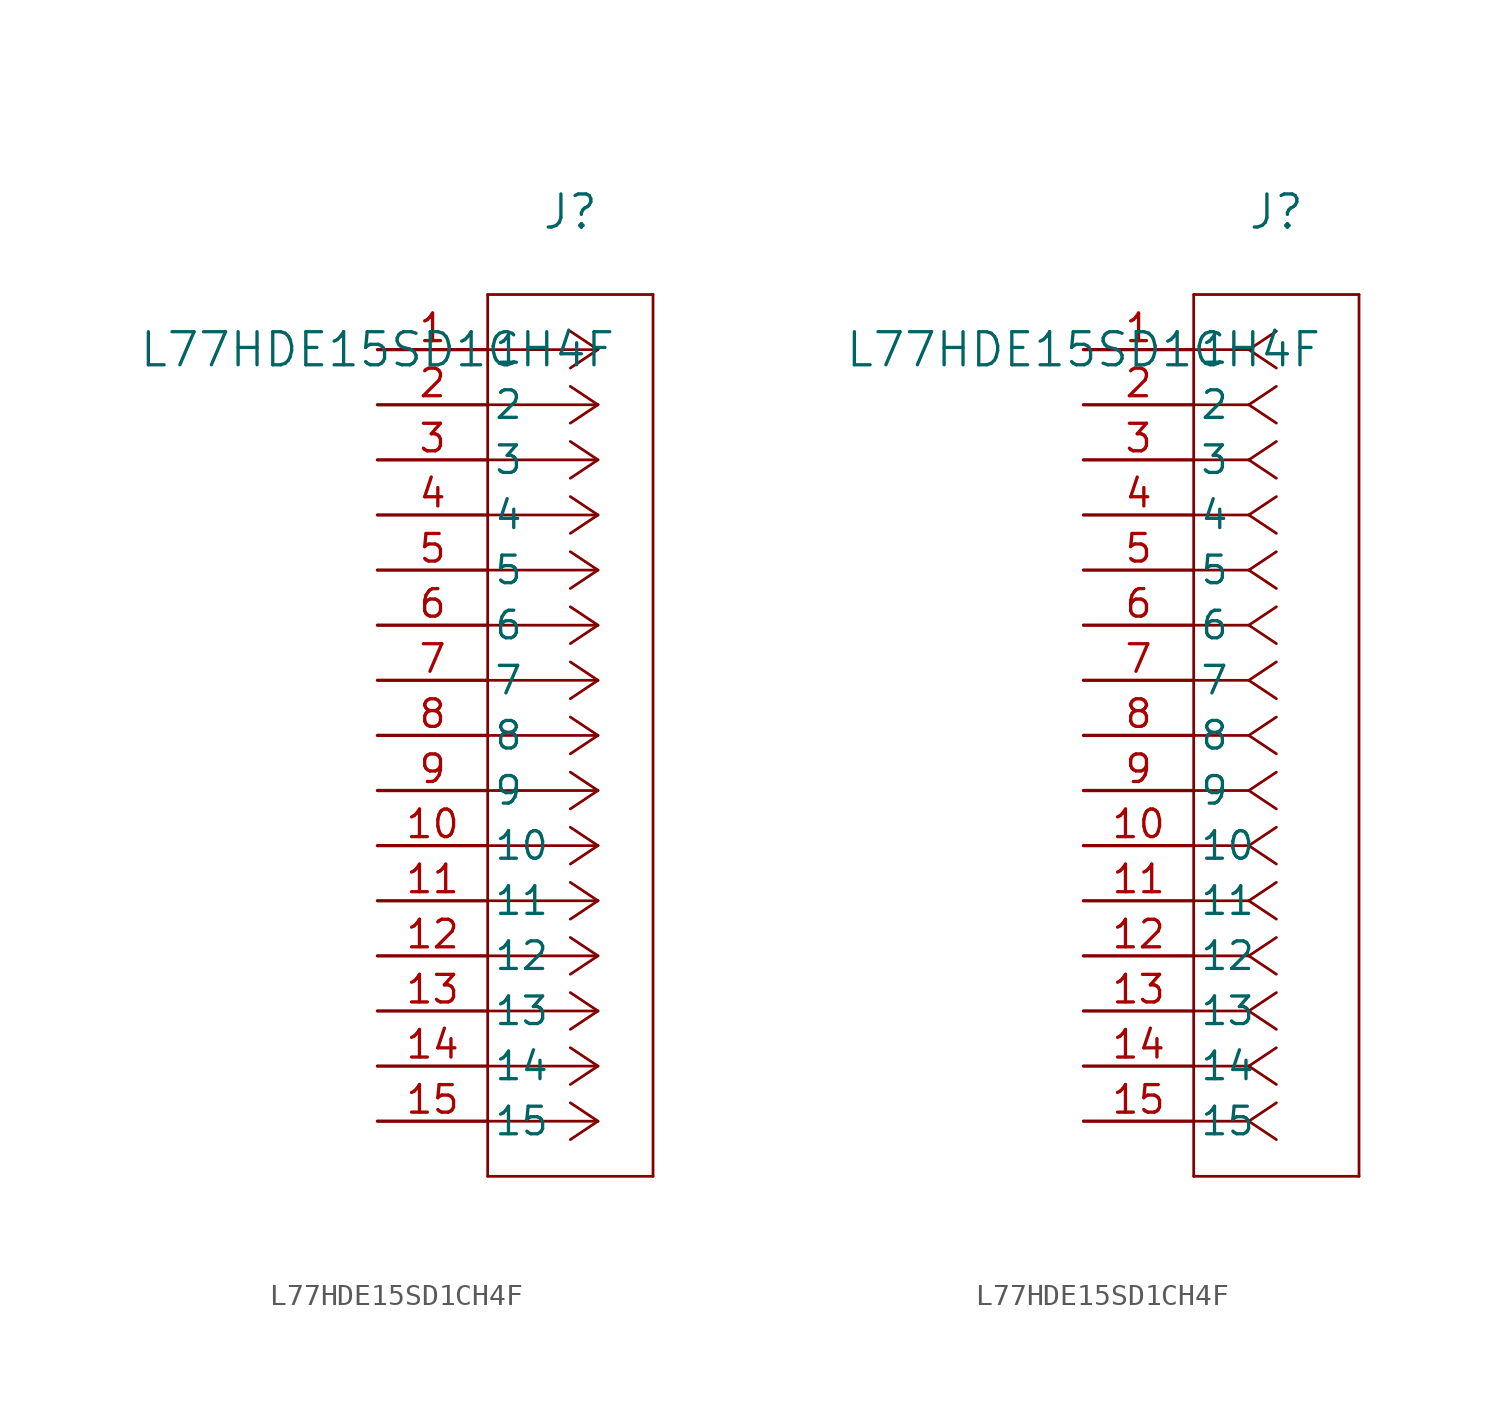
<source format=kicad_sym>
(kicad_symbol_lib
  (version 20211014)
  (generator kicad_symbol_editor)
  (symbol "L77HDE15SD1CH4F"
    (pin_names
      (offset 0.254))
    (property "Reference" "J"
      (at 8.89 6.35 0)
      (effects (font (size 1.524 1.524))))
    (property "Value" "L77HDE15SD1CH4F"
      (at 0 0 0)
      (effects (font (size 1.524 1.524))))
    (symbol "L77HDE15SD1CH4F_1_1"
      (polyline (pts (xy 10.16 0) (xy 5.08 0)) (stroke (width 0.127) (type default) (color 0 0 0 0)) (fill (type none)))
      (polyline (pts (xy 10.16 -2.54) (xy 5.08 -2.54)) (stroke (width 0.127) (type default) (color 0 0 0 0)) (fill (type none)))
      (polyline (pts (xy 10.16 -5.08) (xy 5.08 -5.08)) (stroke (width 0.127) (type default) (color 0 0 0 0)) (fill (type none)))
      (polyline (pts (xy 10.16 -7.62) (xy 5.08 -7.62)) (stroke (width 0.127) (type default) (color 0 0 0 0)) (fill (type none)))
      (polyline (pts (xy 10.16 -10.16) (xy 5.08 -10.16)) (stroke (width 0.127) (type default) (color 0 0 0 0)) (fill (type none)))
      (polyline (pts (xy 10.16 -12.7) (xy 5.08 -12.7)) (stroke (width 0.127) (type default) (color 0 0 0 0)) (fill (type none)))
      (polyline (pts (xy 10.16 -15.24) (xy 5.08 -15.24)) (stroke (width 0.127) (type default) (color 0 0 0 0)) (fill (type none)))
      (polyline (pts (xy 10.16 -17.78) (xy 5.08 -17.78)) (stroke (width 0.127) (type default) (color 0 0 0 0)) (fill (type none)))
      (polyline (pts (xy 10.16 -20.32) (xy 5.08 -20.32)) (stroke (width 0.127) (type default) (color 0 0 0 0)) (fill (type none)))
      (polyline (pts (xy 10.16 -22.86) (xy 5.08 -22.86)) (stroke (width 0.127) (type default) (color 0 0 0 0)) (fill (type none)))
      (polyline (pts (xy 10.16 -25.4) (xy 5.08 -25.4)) (stroke (width 0.127) (type default) (color 0 0 0 0)) (fill (type none)))
      (polyline (pts (xy 10.16 -27.94) (xy 5.08 -27.94)) (stroke (width 0.127) (type default) (color 0 0 0 0)) (fill (type none)))
      (polyline (pts (xy 10.16 -30.48) (xy 5.08 -30.48)) (stroke (width 0.127) (type default) (color 0 0 0 0)) (fill (type none)))
      (polyline (pts (xy 10.16 -33.02) (xy 5.08 -33.02)) (stroke (width 0.127) (type default) (color 0 0 0 0)) (fill (type none)))
      (polyline (pts (xy 10.16 -35.56) (xy 5.08 -35.56)) (stroke (width 0.127) (type default) (color 0 0 0 0)) (fill (type none)))
      (polyline (pts (xy 10.16 0) (xy 8.89 0.847)) (stroke (width 0.127) (type default) (color 0 0 0 0)) (fill (type none)))
      (polyline (pts (xy 10.16 -2.54) (xy 8.89 -1.693)) (stroke (width 0.127) (type default) (color 0 0 0 0)) (fill (type none)))
      (polyline (pts (xy 10.16 -5.08) (xy 8.89 -4.233)) (stroke (width 0.127) (type default) (color 0 0 0 0)) (fill (type none)))
      (polyline (pts (xy 10.16 -7.62) (xy 8.89 -6.773)) (stroke (width 0.127) (type default) (color 0 0 0 0)) (fill (type none)))
      (polyline (pts (xy 10.16 -10.16) (xy 8.89 -9.313)) (stroke (width 0.127) (type default) (color 0 0 0 0)) (fill (type none)))
      (polyline (pts (xy 10.16 -12.7) (xy 8.89 -11.853)) (stroke (width 0.127) (type default) (color 0 0 0 0)) (fill (type none)))
      (polyline (pts (xy 10.16 -15.24) (xy 8.89 -14.393)) (stroke (width 0.127) (type default) (color 0 0 0 0)) (fill (type none)))
      (polyline (pts (xy 10.16 -17.78) (xy 8.89 -16.933)) (stroke (width 0.127) (type default) (color 0 0 0 0)) (fill (type none)))
      (polyline (pts (xy 10.16 -20.32) (xy 8.89 -19.473)) (stroke (width 0.127) (type default) (color 0 0 0 0)) (fill (type none)))
      (polyline (pts (xy 10.16 -22.86) (xy 8.89 -22.013)) (stroke (width 0.127) (type default) (color 0 0 0 0)) (fill (type none)))
      (polyline (pts (xy 10.16 -25.4) (xy 8.89 -24.553)) (stroke (width 0.127) (type default) (color 0 0 0 0)) (fill (type none)))
      (polyline (pts (xy 10.16 -27.94) (xy 8.89 -27.093)) (stroke (width 0.127) (type default) (color 0 0 0 0)) (fill (type none)))
      (polyline (pts (xy 10.16 -30.48) (xy 8.89 -29.633)) (stroke (width 0.127) (type default) (color 0 0 0 0)) (fill (type none)))
      (polyline (pts (xy 10.16 -33.02) (xy 8.89 -32.173)) (stroke (width 0.127) (type default) (color 0 0 0 0)) (fill (type none)))
      (polyline (pts (xy 10.16 -35.56) (xy 8.89 -34.713)) (stroke (width 0.127) (type default) (color 0 0 0 0)) (fill (type none)))
      (polyline (pts (xy 10.16 0) (xy 8.89 -0.847)) (stroke (width 0.127) (type default) (color 0 0 0 0)) (fill (type none)))
      (polyline (pts (xy 10.16 -2.54) (xy 8.89 -3.387)) (stroke (width 0.127) (type default) (color 0 0 0 0)) (fill (type none)))
      (polyline (pts (xy 10.16 -5.08) (xy 8.89 -5.927)) (stroke (width 0.127) (type default) (color 0 0 0 0)) (fill (type none)))
      (polyline (pts (xy 10.16 -7.62) (xy 8.89 -8.467)) (stroke (width 0.127) (type default) (color 0 0 0 0)) (fill (type none)))
      (polyline (pts (xy 10.16 -10.16) (xy 8.89 -11.007)) (stroke (width 0.127) (type default) (color 0 0 0 0)) (fill (type none)))
      (polyline (pts (xy 10.16 -12.7) (xy 8.89 -13.547)) (stroke (width 0.127) (type default) (color 0 0 0 0)) (fill (type none)))
      (polyline (pts (xy 10.16 -15.24) (xy 8.89 -16.087)) (stroke (width 0.127) (type default) (color 0 0 0 0)) (fill (type none)))
      (polyline (pts (xy 10.16 -17.78) (xy 8.89 -18.627)) (stroke (width 0.127) (type default) (color 0 0 0 0)) (fill (type none)))
      (polyline (pts (xy 10.16 -20.32) (xy 8.89 -21.167)) (stroke (width 0.127) (type default) (color 0 0 0 0)) (fill (type none)))
      (polyline (pts (xy 10.16 -22.86) (xy 8.89 -23.707)) (stroke (width 0.127) (type default) (color 0 0 0 0)) (fill (type none)))
      (polyline (pts (xy 10.16 -25.4) (xy 8.89 -26.247)) (stroke (width 0.127) (type default) (color 0 0 0 0)) (fill (type none)))
      (polyline (pts (xy 10.16 -27.94) (xy 8.89 -28.787)) (stroke (width 0.127) (type default) (color 0 0 0 0)) (fill (type none)))
      (polyline (pts (xy 10.16 -30.48) (xy 8.89 -31.327)) (stroke (width 0.127) (type default) (color 0 0 0 0)) (fill (type none)))
      (polyline (pts (xy 10.16 -33.02) (xy 8.89 -33.867)) (stroke (width 0.127) (type default) (color 0 0 0 0)) (fill (type none)))
      (polyline (pts (xy 10.16 -35.56) (xy 8.89 -36.407)) (stroke (width 0.127) (type default) (color 0 0 0 0)) (fill (type none)))
      (polyline (pts (xy 5.08 2.54) (xy 5.08 -38.1)) (stroke (width 0.127) (type default) (color 0 0 0 0)) (fill (type none)))
      (polyline (pts (xy 5.08 -38.1) (xy 12.7 -38.1)) (stroke (width 0.127) (type default) (color 0 0 0 0)) (fill (type none)))
      (polyline (pts (xy 12.7 -38.1) (xy 12.7 2.54)) (stroke (width 0.127) (type default) (color 0 0 0 0)) (fill (type none)))
      (polyline (pts (xy 12.7 2.54) (xy 5.08 2.54)) (stroke (width 0.127) (type default) (color 0 0 0 0)) (fill (type none)))
      (pin unspecified line (at 0 0 0) (length 5.08) (name "1" (effects (font (size 1.27 1.27)))) (number "1" (effects (font (size 1.27 1.27)))))
      (pin unspecified line (at 0 -2.54 0) (length 5.08) (name "2" (effects (font (size 1.27 1.27)))) (number "2" (effects (font (size 1.27 1.27)))))
      (pin unspecified line (at 0 -5.08 0) (length 5.08) (name "3" (effects (font (size 1.27 1.27)))) (number "3" (effects (font (size 1.27 1.27)))))
      (pin unspecified line (at 0 -7.62 0) (length 5.08) (name "4" (effects (font (size 1.27 1.27)))) (number "4" (effects (font (size 1.27 1.27)))))
      (pin unspecified line (at 0 -10.16 0) (length 5.08) (name "5" (effects (font (size 1.27 1.27)))) (number "5" (effects (font (size 1.27 1.27)))))
      (pin unspecified line (at 0 -12.7 0) (length 5.08) (name "6" (effects (font (size 1.27 1.27)))) (number "6" (effects (font (size 1.27 1.27)))))
      (pin unspecified line (at 0 -15.24 0) (length 5.08) (name "7" (effects (font (size 1.27 1.27)))) (number "7" (effects (font (size 1.27 1.27)))))
      (pin unspecified line (at 0 -17.78 0) (length 5.08) (name "8" (effects (font (size 1.27 1.27)))) (number "8" (effects (font (size 1.27 1.27)))))
      (pin unspecified line (at 0 -20.32 0) (length 5.08) (name "9" (effects (font (size 1.27 1.27)))) (number "9" (effects (font (size 1.27 1.27)))))
      (pin unspecified line (at 0 -22.86 0) (length 5.08) (name "10" (effects (font (size 1.27 1.27)))) (number "10" (effects (font (size 1.27 1.27)))))
      (pin unspecified line (at 0 -25.4 0) (length 5.08) (name "11" (effects (font (size 1.27 1.27)))) (number "11" (effects (font (size 1.27 1.27)))))
      (pin unspecified line (at 0 -27.94 0) (length 5.08) (name "12" (effects (font (size 1.27 1.27)))) (number "12" (effects (font (size 1.27 1.27)))))
      (pin unspecified line (at 0 -30.48 0) (length 5.08) (name "13" (effects (font (size 1.27 1.27)))) (number "13" (effects (font (size 1.27 1.27)))))
      (pin unspecified line (at 0 -33.02 0) (length 5.08) (name "14" (effects (font (size 1.27 1.27)))) (number "14" (effects (font (size 1.27 1.27)))))
      (pin unspecified line (at 0 -35.56 0) (length 5.08) (name "15" (effects (font (size 1.27 1.27)))) (number "15" (effects (font (size 1.27 1.27))))))
    (symbol "L77HDE15SD1CH4F_1_2"
      (polyline (pts (xy 7.62 0) (xy 5.08 0)) (stroke (width 0.127) (type default) (color 0 0 0 0)) (fill (type none)))
      (polyline (pts (xy 7.62 -2.54) (xy 5.08 -2.54)) (stroke (width 0.127) (type default) (color 0 0 0 0)) (fill (type none)))
      (polyline (pts (xy 7.62 -5.08) (xy 5.08 -5.08)) (stroke (width 0.127) (type default) (color 0 0 0 0)) (fill (type none)))
      (polyline (pts (xy 7.62 -7.62) (xy 5.08 -7.62)) (stroke (width 0.127) (type default) (color 0 0 0 0)) (fill (type none)))
      (polyline (pts (xy 7.62 -10.16) (xy 5.08 -10.16)) (stroke (width 0.127) (type default) (color 0 0 0 0)) (fill (type none)))
      (polyline (pts (xy 7.62 -12.7) (xy 5.08 -12.7)) (stroke (width 0.127) (type default) (color 0 0 0 0)) (fill (type none)))
      (polyline (pts (xy 7.62 -15.24) (xy 5.08 -15.24)) (stroke (width 0.127) (type default) (color 0 0 0 0)) (fill (type none)))
      (polyline (pts (xy 7.62 -17.78) (xy 5.08 -17.78)) (stroke (width 0.127) (type default) (color 0 0 0 0)) (fill (type none)))
      (polyline (pts (xy 7.62 -20.32) (xy 5.08 -20.32)) (stroke (width 0.127) (type default) (color 0 0 0 0)) (fill (type none)))
      (polyline (pts (xy 7.62 -22.86) (xy 5.08 -22.86)) (stroke (width 0.127) (type default) (color 0 0 0 0)) (fill (type none)))
      (polyline (pts (xy 7.62 -25.4) (xy 5.08 -25.4)) (stroke (width 0.127) (type default) (color 0 0 0 0)) (fill (type none)))
      (polyline (pts (xy 7.62 -27.94) (xy 5.08 -27.94)) (stroke (width 0.127) (type default) (color 0 0 0 0)) (fill (type none)))
      (polyline (pts (xy 7.62 -30.48) (xy 5.08 -30.48)) (stroke (width 0.127) (type default) (color 0 0 0 0)) (fill (type none)))
      (polyline (pts (xy 7.62 -33.02) (xy 5.08 -33.02)) (stroke (width 0.127) (type default) (color 0 0 0 0)) (fill (type none)))
      (polyline (pts (xy 7.62 -35.56) (xy 5.08 -35.56)) (stroke (width 0.127) (type default) (color 0 0 0 0)) (fill (type none)))
      (polyline (pts (xy 7.62 0) (xy 8.89 0.847)) (stroke (width 0.127) (type default) (color 0 0 0 0)) (fill (type none)))
      (polyline (pts (xy 7.62 -2.54) (xy 8.89 -1.693)) (stroke (width 0.127) (type default) (color 0 0 0 0)) (fill (type none)))
      (polyline (pts (xy 7.62 -5.08) (xy 8.89 -4.233)) (stroke (width 0.127) (type default) (color 0 0 0 0)) (fill (type none)))
      (polyline (pts (xy 7.62 -7.62) (xy 8.89 -6.773)) (stroke (width 0.127) (type default) (color 0 0 0 0)) (fill (type none)))
      (polyline (pts (xy 7.62 -10.16) (xy 8.89 -9.313)) (stroke (width 0.127) (type default) (color 0 0 0 0)) (fill (type none)))
      (polyline (pts (xy 7.62 -12.7) (xy 8.89 -11.853)) (stroke (width 0.127) (type default) (color 0 0 0 0)) (fill (type none)))
      (polyline (pts (xy 7.62 -15.24) (xy 8.89 -14.393)) (stroke (width 0.127) (type default) (color 0 0 0 0)) (fill (type none)))
      (polyline (pts (xy 7.62 -17.78) (xy 8.89 -16.933)) (stroke (width 0.127) (type default) (color 0 0 0 0)) (fill (type none)))
      (polyline (pts (xy 7.62 -20.32) (xy 8.89 -19.473)) (stroke (width 0.127) (type default) (color 0 0 0 0)) (fill (type none)))
      (polyline (pts (xy 7.62 -22.86) (xy 8.89 -22.013)) (stroke (width 0.127) (type default) (color 0 0 0 0)) (fill (type none)))
      (polyline (pts (xy 7.62 -25.4) (xy 8.89 -24.553)) (stroke (width 0.127) (type default) (color 0 0 0 0)) (fill (type none)))
      (polyline (pts (xy 7.62 -27.94) (xy 8.89 -27.093)) (stroke (width 0.127) (type default) (color 0 0 0 0)) (fill (type none)))
      (polyline (pts (xy 7.62 -30.48) (xy 8.89 -29.633)) (stroke (width 0.127) (type default) (color 0 0 0 0)) (fill (type none)))
      (polyline (pts (xy 7.62 -33.02) (xy 8.89 -32.173)) (stroke (width 0.127) (type default) (color 0 0 0 0)) (fill (type none)))
      (polyline (pts (xy 7.62 -35.56) (xy 8.89 -34.713)) (stroke (width 0.127) (type default) (color 0 0 0 0)) (fill (type none)))
      (polyline (pts (xy 7.62 0) (xy 8.89 -0.847)) (stroke (width 0.127) (type default) (color 0 0 0 0)) (fill (type none)))
      (polyline (pts (xy 7.62 -2.54) (xy 8.89 -3.387)) (stroke (width 0.127) (type default) (color 0 0 0 0)) (fill (type none)))
      (polyline (pts (xy 7.62 -5.08) (xy 8.89 -5.927)) (stroke (width 0.127) (type default) (color 0 0 0 0)) (fill (type none)))
      (polyline (pts (xy 7.62 -7.62) (xy 8.89 -8.467)) (stroke (width 0.127) (type default) (color 0 0 0 0)) (fill (type none)))
      (polyline (pts (xy 7.62 -10.16) (xy 8.89 -11.007)) (stroke (width 0.127) (type default) (color 0 0 0 0)) (fill (type none)))
      (polyline (pts (xy 7.62 -12.7) (xy 8.89 -13.547)) (stroke (width 0.127) (type default) (color 0 0 0 0)) (fill (type none)))
      (polyline (pts (xy 7.62 -15.24) (xy 8.89 -16.087)) (stroke (width 0.127) (type default) (color 0 0 0 0)) (fill (type none)))
      (polyline (pts (xy 7.62 -17.78) (xy 8.89 -18.627)) (stroke (width 0.127) (type default) (color 0 0 0 0)) (fill (type none)))
      (polyline (pts (xy 7.62 -20.32) (xy 8.89 -21.167)) (stroke (width 0.127) (type default) (color 0 0 0 0)) (fill (type none)))
      (polyline (pts (xy 7.62 -22.86) (xy 8.89 -23.707)) (stroke (width 0.127) (type default) (color 0 0 0 0)) (fill (type none)))
      (polyline (pts (xy 7.62 -25.4) (xy 8.89 -26.247)) (stroke (width 0.127) (type default) (color 0 0 0 0)) (fill (type none)))
      (polyline (pts (xy 7.62 -27.94) (xy 8.89 -28.787)) (stroke (width 0.127) (type default) (color 0 0 0 0)) (fill (type none)))
      (polyline (pts (xy 7.62 -30.48) (xy 8.89 -31.327)) (stroke (width 0.127) (type default) (color 0 0 0 0)) (fill (type none)))
      (polyline (pts (xy 7.62 -33.02) (xy 8.89 -33.867)) (stroke (width 0.127) (type default) (color 0 0 0 0)) (fill (type none)))
      (polyline (pts (xy 7.62 -35.56) (xy 8.89 -36.407)) (stroke (width 0.127) (type default) (color 0 0 0 0)) (fill (type none)))
      (polyline (pts (xy 5.08 2.54) (xy 5.08 -38.1)) (stroke (width 0.127) (type default) (color 0 0 0 0)) (fill (type none)))
      (polyline (pts (xy 5.08 -38.1) (xy 12.7 -38.1)) (stroke (width 0.127) (type default) (color 0 0 0 0)) (fill (type none)))
      (polyline (pts (xy 12.7 -38.1) (xy 12.7 2.54)) (stroke (width 0.127) (type default) (color 0 0 0 0)) (fill (type none)))
      (polyline (pts (xy 12.7 2.54) (xy 5.08 2.54)) (stroke (width 0.127) (type default) (color 0 0 0 0)) (fill (type none)))
      (pin unspecified line (at 0 0 0) (length 5.08) (name "1" (effects (font (size 1.27 1.27)))) (number "1" (effects (font (size 1.27 1.27)))))
      (pin unspecified line (at 0 -2.54 0) (length 5.08) (name "2" (effects (font (size 1.27 1.27)))) (number "2" (effects (font (size 1.27 1.27)))))
      (pin unspecified line (at 0 -5.08 0) (length 5.08) (name "3" (effects (font (size 1.27 1.27)))) (number "3" (effects (font (size 1.27 1.27)))))
      (pin unspecified line (at 0 -7.62 0) (length 5.08) (name "4" (effects (font (size 1.27 1.27)))) (number "4" (effects (font (size 1.27 1.27)))))
      (pin unspecified line (at 0 -10.16 0) (length 5.08) (name "5" (effects (font (size 1.27 1.27)))) (number "5" (effects (font (size 1.27 1.27)))))
      (pin unspecified line (at 0 -12.7 0) (length 5.08) (name "6" (effects (font (size 1.27 1.27)))) (number "6" (effects (font (size 1.27 1.27)))))
      (pin unspecified line (at 0 -15.24 0) (length 5.08) (name "7" (effects (font (size 1.27 1.27)))) (number "7" (effects (font (size 1.27 1.27)))))
      (pin unspecified line (at 0 -17.78 0) (length 5.08) (name "8" (effects (font (size 1.27 1.27)))) (number "8" (effects (font (size 1.27 1.27)))))
      (pin unspecified line (at 0 -20.32 0) (length 5.08) (name "9" (effects (font (size 1.27 1.27)))) (number "9" (effects (font (size 1.27 1.27)))))
      (pin unspecified line (at 0 -22.86 0) (length 5.08) (name "10" (effects (font (size 1.27 1.27)))) (number "10" (effects (font (size 1.27 1.27)))))
      (pin unspecified line (at 0 -25.4 0) (length 5.08) (name "11" (effects (font (size 1.27 1.27)))) (number "11" (effects (font (size 1.27 1.27)))))
      (pin unspecified line (at 0 -27.94 0) (length 5.08) (name "12" (effects (font (size 1.27 1.27)))) (number "12" (effects (font (size 1.27 1.27)))))
      (pin unspecified line (at 0 -30.48 0) (length 5.08) (name "13" (effects (font (size 1.27 1.27)))) (number "13" (effects (font (size 1.27 1.27)))))
      (pin unspecified line (at 0 -33.02 0) (length 5.08) (name "14" (effects (font (size 1.27 1.27)))) (number "14" (effects (font (size 1.27 1.27)))))
      (pin unspecified line (at 0 -35.56 0) (length 5.08) (name "15" (effects (font (size 1.27 1.27)))) (number "15" (effects (font (size 1.27 1.27))))))))
</source>
